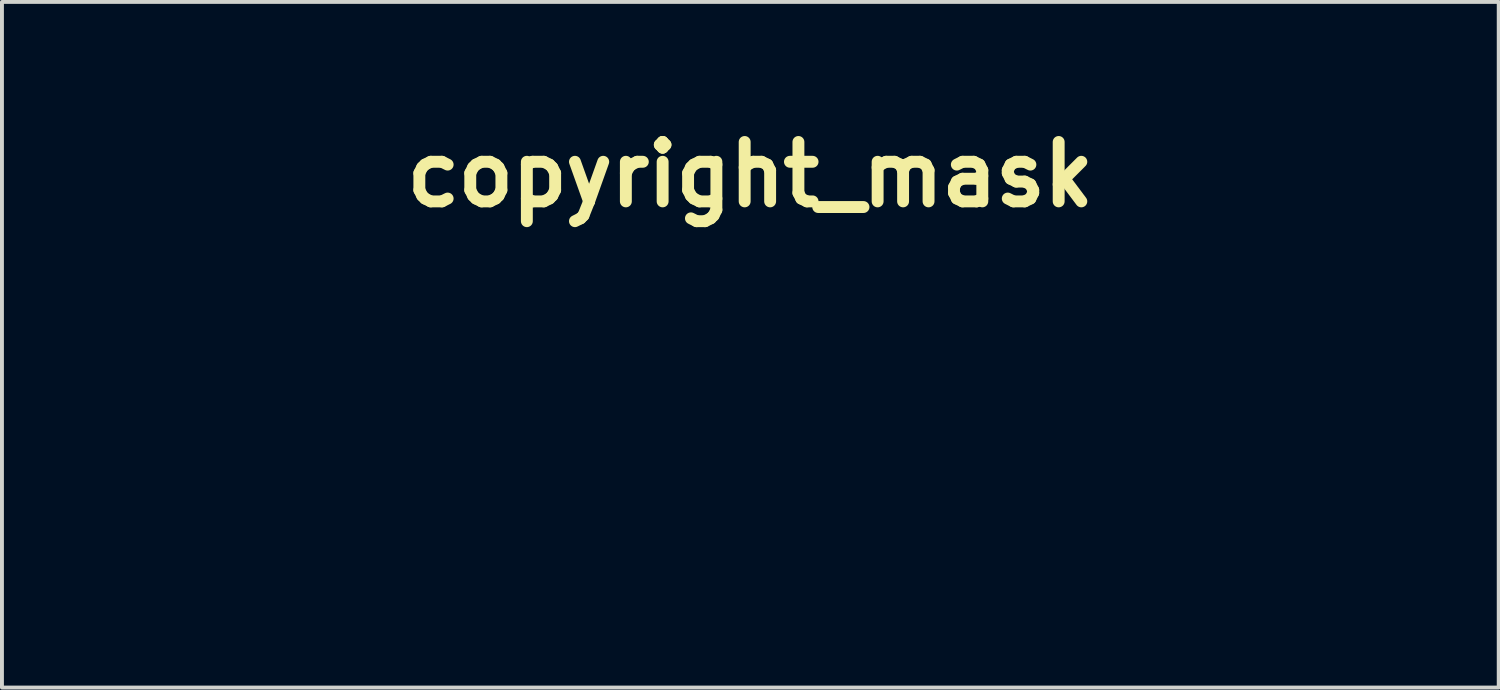
<source format=kicad_pcb>
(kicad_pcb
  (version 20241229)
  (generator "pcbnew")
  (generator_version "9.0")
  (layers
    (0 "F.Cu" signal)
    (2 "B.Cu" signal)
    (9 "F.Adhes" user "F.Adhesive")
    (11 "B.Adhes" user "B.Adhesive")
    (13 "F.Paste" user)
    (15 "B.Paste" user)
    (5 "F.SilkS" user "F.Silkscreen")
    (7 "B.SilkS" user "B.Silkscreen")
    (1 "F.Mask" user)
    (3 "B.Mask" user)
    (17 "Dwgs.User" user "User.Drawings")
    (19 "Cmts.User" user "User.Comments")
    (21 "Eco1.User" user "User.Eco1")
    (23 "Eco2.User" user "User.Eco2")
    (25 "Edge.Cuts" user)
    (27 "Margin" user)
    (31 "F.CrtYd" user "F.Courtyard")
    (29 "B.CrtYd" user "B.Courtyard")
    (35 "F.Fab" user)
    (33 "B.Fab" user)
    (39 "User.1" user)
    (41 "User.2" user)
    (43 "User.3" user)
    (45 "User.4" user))
  (footprint "copyright_mask"
    (layer "F.Cu")
    (at 16.199 8.007)
    (property "Reference" "copyright_mask" (at 0 -6.58 0) (layer "F.SilkS") (effects (font (size 1.524 1.524) (thickness 0.305))))
    (attr smd)
    (fp_line (start -16.149 -3.532) (end 16.149 -3.532) (stroke (width 0.1) (type solid)) (layer "F.Mask"))
    (fp_line (start -16.149 3.532) (end -16.149 -3.532) (stroke (width 0.1) (type solid)) (layer "F.Mask"))
    (fp_line (start 16.149 -3.532) (end 16.149 3.532) (stroke (width 0.1) (type solid)) (layer "F.Mask"))
    (fp_line (start 16.149 3.532) (end -16.149 3.532) (stroke (width 0.1) (type solid)) (layer "F.Mask"))
    (fp_poly (pts (xy -8.068 0.588) (xy -7.892 0.588) (xy -8.43 2.327) (xy -8.606 2.327) (xy -8.068 0.588)) (stroke (width 0.07) (type solid)) (fill yes) (layer "F.Mask"))
    (fp_poly (pts (xy -7.353 0.588) (xy -7.177 0.588) (xy -7.715 2.327) (xy -7.89 2.327) (xy -7.353 0.588)) (stroke (width 0.07) (type solid)) (fill yes) (layer "F.Mask"))
    (fp_poly (pts (xy 6.504 1.869) (xy 6.722 1.869) (xy 6.722 2.131) (xy 6.504 2.131) (xy 6.504 1.869)) (stroke (width 0.07) (type solid)) (fill yes) (layer "F.Mask"))
    (fp_poly (pts (xy 0.102 0.973) (xy 0.303 0.973) (xy 0.665 1.945) (xy 1.027 0.973) (xy 1.228 0.973) (xy 0.794 2.131) (xy 0.536 2.131) (xy 0.102 0.973)) (stroke (width 0.07) (type solid)) (fill yes) (layer "F.Mask"))
    (fp_poly (pts (xy -14.117 -2.121) (xy -14.323 -1.651) (xy -14.39 -1.179) (xy -14.323 -0.706) (xy -14.117 -0.236) (xy -14.283 -0.236) (xy -14.515 -0.713) (xy -14.592 -1.179) (xy -14.515 -1.643) (xy -14.283 -2.121) (xy -14.117 -2.121)) (stroke (width 0.07) (type solid)) (fill yes) (layer "F.Mask"))
    (fp_poly (pts (xy -12.612 -2.121) (xy -12.446 -2.121) (xy -12.215 -1.643) (xy -12.137 -1.179) (xy -12.215 -0.713) (xy -12.446 -0.236) (xy -12.612 -0.236) (xy -12.407 -0.706) (xy -12.339 -1.179) (xy -12.407 -1.651) (xy -12.612 -2.121)) (stroke (width 0.07) (type solid)) (fill yes) (layer "F.Mask"))
    (fp_poly (pts (xy -9.073 1.869) (xy -8.855 1.562) (xy -9.073 1.562) (xy -9.073 1.299) (xy -8.855 1.299) (xy -8.855 1.562) (xy -9.073 1.869) (xy -8.855 1.869) (xy -8.855 2.131) (xy -9.073 2.131) (xy -9.073 1.869)) (stroke (width 0.07) (type solid)) (fill yes) (layer "F.Mask"))
    (fp_poly (pts (xy -5.682 -2.058) (xy -5.473 -2.058) (xy -5.473 -0.622) (xy -5.579 -0.217) (xy -5.919 -0.091) (xy -5.999 -0.091) (xy -5.999 -0.267) (xy -5.934 -0.267) (xy -5.739 -0.344) (xy -5.682 -0.622) (xy -5.682 -2.058)) (stroke (width 0.07) (type solid)) (fill yes) (layer "F.Mask"))
    (fp_poly (pts (xy -1.692 0.973) (xy -1.692 1.68) (xy -1.502 1.68) (xy -1.502 1.921) (xy -1.692 1.921) (xy -1.692 1.68) (xy -1.692 0.973) (xy -1.502 0.973) (xy -1.502 2.131) (xy -1.692 2.131) (xy -1.692 0.973)) (stroke (width 0.07) (type solid)) (fill yes) (layer "F.Mask"))
    (fp_poly (pts (xy 4.645 -2.058) (xy 4.854 -2.058) (xy 4.854 -1.425) (xy 5.613 -1.425) (xy 5.613 -2.058) (xy 5.821 -2.058) (xy 5.821 -0.515) (xy 5.613 -0.515) (xy 5.613 -1.25) (xy 4.854 -1.25) (xy 4.854 -0.515) (xy 4.645 -0.515) (xy 4.645 -2.058)) (stroke (width 0.07) (type solid)) (fill yes) (layer "F.Mask"))
    (fp_poly (pts (xy 3.464 1.151) (xy 3.394 1.124) (xy 3.311 1.115) (xy 3.063 1.221) (xy 2.977 1.521) (xy 2.977 2.131) (xy 2.786 2.131) (xy 2.786 0.973) (xy 2.977 0.973) (xy 2.977 1.153) (xy 3.133 0.997) (xy 3.367 0.946) (xy 3.41 0.949) (xy 3.463 0.956) (xy 3.464 1.151)) (stroke (width 0.07) (type solid)) (fill yes) (layer "F.Mask"))
    (fp_poly (pts (xy 6.469 1.151) (xy 6.399 1.124) (xy 6.316 1.115) (xy 6.068 1.221) (xy 5.983 1.521) (xy 5.983 2.131) (xy 5.791 2.131) (xy 5.791 0.973) (xy 5.983 0.973) (xy 5.983 1.153) (xy 6.139 0.997) (xy 6.372 0.946) (xy 6.416 0.949) (xy 6.468 0.956) (xy 6.469 1.151)) (stroke (width 0.07) (type solid)) (fill yes) (layer "F.Mask"))
    (fp_poly (pts (xy 9.115 1.151) (xy 9.045 1.124) (xy 8.962 1.115) (xy 8.714 1.221) (xy 8.628 1.521) (xy 8.628 2.131) (xy 8.437 2.131) (xy 8.437 0.973) (xy 8.628 0.973) (xy 8.628 1.153) (xy 8.785 0.997) (xy 9.018 0.946) (xy 9.062 0.949) (xy 9.114 0.956) (xy 9.115 1.151)) (stroke (width 0.07) (type solid)) (fill yes) (layer "F.Mask"))
    (fp_poly (pts (xy 13.535 -1.495) (xy 13.464 -1.521) (xy 13.382 -1.531) (xy 13.134 -1.425) (xy 13.048 -1.125) (xy 13.048 -0.515) (xy 12.857 -0.515) (xy 12.857 -1.672) (xy 13.048 -1.672) (xy 13.048 -1.493) (xy 13.204 -1.649) (xy 13.437 -1.7) (xy 13.481 -1.697) (xy 13.534 -1.69) (xy 13.535 -1.495)) (stroke (width 0.07) (type solid)) (fill yes) (layer "F.Mask"))
    (fp_poly (pts (xy -13.612 1.432) (xy -13.612 2.131) (xy -13.802 2.131) (xy -13.802 1.439) (xy -13.866 1.193) (xy -14.059 1.111) (xy -14.301 1.209) (xy -14.39 1.477) (xy -14.39 2.131) (xy -14.581 2.131) (xy -14.581 0.523) (xy -14.39 0.523) (xy -14.39 1.153) (xy -14.23 0.997) (xy -14.016 0.946) (xy -13.714 1.07) (xy -13.612 1.432) (xy -13.612 1.432)) (stroke (width 0.07) (type solid)) (fill yes) (layer "F.Mask"))
    (fp_poly (pts (xy -2.81 -1.213) (xy -2.81 -0.515) (xy -3 -0.515) (xy -3 -1.207) (xy -3.064 -1.453) (xy -3.256 -1.535) (xy -3.499 -1.437) (xy -3.588 -1.169) (xy -3.588 -0.515) (xy -3.779 -0.515) (xy -3.779 -2.123) (xy -3.588 -2.123) (xy -3.588 -1.493) (xy -3.428 -1.649) (xy -3.214 -1.7) (xy -2.912 -1.576) (xy -2.81 -1.213) (xy -2.81 -1.213)) (stroke (width 0.07) (type solid)) (fill yes) (layer "F.Mask"))
    (fp_poly (pts (xy -2.074 1.432) (xy -2.074 2.131) (xy -2.264 2.131) (xy -2.264 1.439) (xy -2.328 1.193) (xy -2.52 1.111) (xy -2.763 1.209) (xy -2.852 1.477) (xy -2.852 2.131) (xy -3.043 2.131) (xy -3.043 0.973) (xy -2.852 0.973) (xy -2.852 1.153) (xy -2.692 0.997) (xy -2.478 0.946) (xy -2.176 1.07) (xy -2.074 1.432) (xy -2.074 1.432)) (stroke (width 0.07) (type solid)) (fill yes) (layer "F.Mask"))
    (fp_poly (pts (xy -0.168 -1.213) (xy -0.168 -0.515) (xy -0.358 -0.515) (xy -0.358 -1.207) (xy -0.422 -1.453) (xy -0.614 -1.535) (xy -0.857 -1.437) (xy -0.946 -1.169) (xy -0.946 -0.515) (xy -1.137 -0.515) (xy -1.137 -1.672) (xy -0.946 -1.672) (xy -0.946 -1.493) (xy -0.786 -1.649) (xy -0.572 -1.7) (xy -0.27 -1.576) (xy -0.168 -1.213) (xy -0.168 -1.213)) (stroke (width 0.07) (type solid)) (fill yes) (layer "F.Mask"))
    (fp_poly (pts (xy -0.143 1.432) (xy -0.143 2.131) (xy -0.333 2.131) (xy -0.333 1.439) (xy -0.397 1.193) (xy -0.59 1.111) (xy -0.832 1.209) (xy -0.921 1.477) (xy -0.921 2.131) (xy -1.113 2.131) (xy -1.113 0.973) (xy -0.921 0.973) (xy -0.921 1.153) (xy -0.761 0.997) (xy -0.547 0.946) (xy -0.245 1.07) (xy -0.143 1.432) (xy -0.143 1.432)) (stroke (width 0.07) (type solid)) (fill yes) (layer "F.Mask"))
    (fp_poly (pts (xy 1.176 -1.213) (xy 1.176 -0.515) (xy 0.986 -0.515) (xy 0.986 -1.207) (xy 0.921 -1.453) (xy 0.729 -1.535) (xy 0.486 -1.437) (xy 0.397 -1.169) (xy 0.397 -0.515) (xy 0.206 -0.515) (xy 0.206 -1.672) (xy 0.397 -1.672) (xy 0.397 -1.493) (xy 0.558 -1.649) (xy 0.772 -1.7) (xy 1.073 -1.576) (xy 1.176 -1.213) (xy 1.176 -1.213)) (stroke (width 0.07) (type solid)) (fill yes) (layer "F.Mask"))
    (fp_poly (pts (xy 6.209 -0.972) (xy 6.209 -1.672) (xy 6.399 -1.672) (xy 6.399 -0.979) (xy 6.463 -0.732) (xy 6.655 -0.65) (xy 6.898 -0.748) (xy 6.988 -1.016) (xy 6.988 -1.672) (xy 7.178 -1.672) (xy 7.178 -0.515) (xy 6.988 -0.515) (xy 6.988 -0.693) (xy 6.827 -0.535) (xy 6.615 -0.485) (xy 6.312 -0.609) (xy 6.209 -0.972) (xy 6.209 -0.972)) (stroke (width 0.07) (type solid)) (fill yes) (layer "F.Mask"))
    (fp_poly (pts (xy 11.18 -1.213) (xy 11.18 -0.515) (xy 10.99 -0.515) (xy 10.99 -1.207) (xy 10.926 -1.453) (xy 10.734 -1.535) (xy 10.491 -1.437) (xy 10.402 -1.169) (xy 10.402 -0.515) (xy 10.211 -0.515) (xy 10.211 -1.672) (xy 10.402 -1.672) (xy 10.402 -1.493) (xy 10.562 -1.649) (xy 10.776 -1.7) (xy 11.078 -1.576) (xy 11.18 -1.213) (xy 11.18 -1.213)) (stroke (width 0.07) (type solid)) (fill yes) (layer "F.Mask"))
    (fp_poly (pts (xy -13.043 0.645) (xy -13.043 0.973) (xy -12.651 0.973) (xy -12.651 1.121) (xy -13.043 1.121) (xy -13.043 1.75) (xy -13.004 1.932) (xy -12.846 1.972) (xy -12.651 1.972) (xy -12.651 2.131) (xy -12.846 2.131) (xy -13.15 2.049) (xy -13.234 1.75) (xy -13.234 1.121) (xy -13.373 1.121) (xy -13.373 0.973) (xy -13.234 0.973) (xy -13.234 0.645) (xy -13.043 0.645)) (stroke (width 0.07) (type solid)) (fill yes) (layer "F.Mask"))
    (fp_poly (pts (xy -12.212 0.645) (xy -12.212 0.973) (xy -11.82 0.973) (xy -11.82 1.121) (xy -12.212 1.121) (xy -12.212 1.75) (xy -12.173 1.932) (xy -12.015 1.972) (xy -11.82 1.972) (xy -11.82 2.131) (xy -12.015 2.131) (xy -12.319 2.049) (xy -12.403 1.75) (xy -12.403 1.121) (xy -12.542 1.121) (xy -12.542 0.973) (xy -12.403 0.973) (xy -12.403 0.645) (xy -12.212 0.645)) (stroke (width 0.07) (type solid)) (fill yes) (layer "F.Mask"))
    (fp_poly (pts (xy -9.934 -1.92) (xy -9.934 -2.086) (xy -9.538 -1.88) (xy -9.4 -1.285) (xy -9.538 -0.689) (xy -9.934 -0.485) (xy -10.331 -0.689) (xy -10.467 -1.285) (xy -10.331 -1.88) (xy -9.934 -2.086) (xy -9.934 -1.92) (xy -10.177 -1.761) (xy -10.257 -1.285) (xy -10.177 -0.808) (xy -9.934 -0.65) (xy -9.691 -0.808) (xy -9.609 -1.285) (xy -9.691 -1.761) (xy -9.934 -1.92)) (stroke (width 0.07) (type solid)) (fill yes) (layer "F.Mask"))
    (fp_poly (pts (xy -7.238 -1.92) (xy -7.238 -2.086) (xy -6.842 -1.88) (xy -6.705 -1.285) (xy -6.842 -0.689) (xy -7.238 -0.485) (xy -7.635 -0.689) (xy -7.772 -1.285) (xy -7.635 -1.88) (xy -7.238 -2.086) (xy -7.238 -1.92) (xy -7.481 -1.761) (xy -7.562 -1.285) (xy -7.481 -0.808) (xy -7.238 -0.65) (xy -6.995 -0.808) (xy -6.914 -1.285) (xy -6.995 -1.761) (xy -7.238 -1.92)) (stroke (width 0.07) (type solid)) (fill yes) (layer "F.Mask"))
    (fp_poly (pts (xy 3.854 0.645) (xy 3.854 0.973) (xy 4.245 0.973) (xy 4.245 1.121) (xy 3.854 1.121) (xy 3.854 1.75) (xy 3.892 1.932) (xy 4.05 1.972) (xy 4.245 1.972) (xy 4.245 2.131) (xy 4.05 2.131) (xy 3.746 2.049) (xy 3.662 1.75) (xy 3.662 1.121) (xy 3.523 1.121) (xy 3.523 0.973) (xy 3.662 0.973) (xy 3.662 0.645) (xy 3.854 0.645)) (stroke (width 0.07) (type solid)) (fill yes) (layer "F.Mask"))
    (fp_poly (pts (xy -12.914 -1.628) (xy -12.914 -1.45) (xy -13.077 -1.516) (xy -13.24 -1.539) (xy -13.527 -1.421) (xy -13.63 -1.093) (xy -13.527 -0.763) (xy -13.24 -0.646) (xy -13.077 -0.668) (xy -12.914 -0.735) (xy -12.914 -0.559) (xy -13.08 -0.503) (xy -13.261 -0.485) (xy -13.676 -0.649) (xy -13.83 -1.093) (xy -13.675 -1.538) (xy -13.248 -1.7) (xy -13.077 -1.682) (xy -12.914 -1.628) (xy -12.914 -1.628)) (stroke (width 0.07) (type solid)) (fill yes) (layer "F.Mask"))
    (fp_poly (pts (xy -6.527 1.107) (xy -6.527 0.946) (xy -6.138 1.107) (xy -5.996 1.553) (xy -6.138 2) (xy -6.527 2.161) (xy -6.918 2) (xy -7.058 1.553) (xy -6.918 1.107) (xy -6.527 0.946) (xy -6.527 1.107) (xy -6.769 1.227) (xy -6.858 1.553) (xy -6.77 1.881) (xy -6.527 2) (xy -6.286 1.88) (xy -6.197 1.553) (xy -6.286 1.228) (xy -6.527 1.107) (xy -6.527 1.107)) (stroke (width 0.07) (type solid)) (fill yes) (layer "F.Mask"))
    (fp_poly (pts (xy -4.617 -1.539) (xy -4.617 -1.7) (xy -4.228 -1.539) (xy -4.086 -1.093) (xy -4.228 -0.646) (xy -4.617 -0.485) (xy -5.008 -0.646) (xy -5.148 -1.093) (xy -5.008 -1.539) (xy -4.617 -1.7) (xy -4.617 -1.539) (xy -4.859 -1.419) (xy -4.948 -1.093) (xy -4.86 -0.765) (xy -4.617 -0.646) (xy -4.376 -0.766) (xy -4.288 -1.093) (xy -4.376 -1.418) (xy -4.617 -1.539) (xy -4.617 -1.539)) (stroke (width 0.07) (type solid)) (fill yes) (layer "F.Mask"))
    (fp_poly (pts (xy 7.599 1.107) (xy 7.599 0.946) (xy 7.989 1.107) (xy 8.13 1.553) (xy 7.989 2) (xy 7.599 2.161) (xy 7.208 2) (xy 7.068 1.553) (xy 7.208 1.107) (xy 7.599 0.946) (xy 7.599 1.107) (xy 7.357 1.227) (xy 7.268 1.553) (xy 7.356 1.881) (xy 7.599 2) (xy 7.84 1.88) (xy 7.929 1.553) (xy 7.84 1.228) (xy 7.599 1.107) (xy 7.599 1.107)) (stroke (width 0.07) (type solid)) (fill yes) (layer "F.Mask"))
    (fp_poly (pts (xy -11.548 -0.69) (xy -10.819 -0.69) (xy -10.819 -0.515) (xy -11.799 -0.515) (xy -11.799 -0.69) (xy -11.476 -1.02) (xy -11.217 -1.288) (xy -11.078 -1.478) (xy -11.037 -1.632) (xy -11.124 -1.833) (xy -11.349 -1.91) (xy -11.556 -1.876) (xy -11.789 -1.773) (xy -11.789 -1.983) (xy -11.553 -2.06) (xy -11.353 -2.086) (xy -10.97 -1.966) (xy -10.828 -1.645) (xy -10.864 -1.465) (xy -10.993 -1.264) (xy -11.157 -1.09) (xy -11.548 -0.69) (xy -11.548 -0.69)) (stroke (width 0.07) (type solid)) (fill yes) (layer "F.Mask"))
    (fp_poly (pts (xy -8.853 -0.69) (xy -8.124 -0.69) (xy -8.124 -0.515) (xy -9.104 -0.515) (xy -9.104 -0.69) (xy -8.78 -1.02) (xy -8.522 -1.288) (xy -8.382 -1.478) (xy -8.342 -1.632) (xy -8.429 -1.833) (xy -8.653 -1.91) (xy -8.861 -1.876) (xy -9.093 -1.773) (xy -9.093 -1.983) (xy -8.858 -2.06) (xy -8.657 -2.086) (xy -8.275 -1.966) (xy -8.132 -1.645) (xy -8.168 -1.465) (xy -8.298 -1.264) (xy -8.462 -1.09) (xy -8.853 -0.69) (xy -8.853 -0.69)) (stroke (width 0.07) (type solid)) (fill yes) (layer "F.Mask"))
    (fp_poly (pts (xy -3.348 1.505) (xy -3.538 1.449) (xy -3.626 1.2) (xy -3.851 1.107) (xy -4.107 1.197) (xy -4.216 1.45) (xy -3.538 1.449) (xy -3.348 1.505) (xy -3.348 1.598) (xy -4.222 1.598) (xy -4.105 1.897) (xy -3.809 2) (xy -3.597 1.973) (xy -3.392 1.892) (xy -3.392 2.072) (xy -3.602 2.138) (xy -3.82 2.161) (xy -4.26 2) (xy -4.421 1.564) (xy -4.268 1.113) (xy -3.853 0.946) (xy -3.484 1.096) (xy -3.348 1.505) (xy -3.348 1.505)) (stroke (width 0.07) (type solid)) (fill yes) (layer "F.Mask"))
    (fp_poly (pts (xy 2.481 1.505) (xy 2.291 1.449) (xy 2.203 1.2) (xy 1.978 1.107) (xy 1.722 1.197) (xy 1.613 1.45) (xy 2.291 1.449) (xy 2.481 1.505) (xy 2.481 1.598) (xy 1.607 1.598) (xy 1.725 1.897) (xy 2.02 2) (xy 2.232 1.973) (xy 2.437 1.892) (xy 2.437 2.072) (xy 2.227 2.138) (xy 2.009 2.161) (xy 1.569 2) (xy 1.408 1.564) (xy 1.561 1.113) (xy 1.976 0.946) (xy 2.345 1.096) (xy 2.481 1.505) (xy 2.481 1.505)) (stroke (width 0.07) (type solid)) (fill yes) (layer "F.Mask"))
    (fp_poly (pts (xy 2.547 -1.141) (xy 2.547 -1.048) (xy 2.357 -1.197) (xy 2.269 -1.446) (xy 2.044 -1.539) (xy 1.789 -1.449) (xy 1.679 -1.196) (xy 2.357 -1.197) (xy 2.547 -1.048) (xy 1.673 -1.048) (xy 1.791 -0.748) (xy 2.086 -0.646) (xy 2.298 -0.673) (xy 2.503 -0.754) (xy 2.503 -0.574) (xy 2.293 -0.508) (xy 2.075 -0.485) (xy 1.636 -0.646) (xy 1.474 -1.082) (xy 1.627 -1.533) (xy 2.042 -1.7) (xy 2.411 -1.549) (xy 2.547 -1.141) (xy 2.547 -1.141)) (stroke (width 0.07) (type solid)) (fill yes) (layer "F.Mask"))
    (fp_poly (pts (xy 5.487 1.505) (xy 5.296 1.449) (xy 5.209 1.2) (xy 4.983 1.107) (xy 4.728 1.197) (xy 4.618 1.45) (xy 5.296 1.449) (xy 5.487 1.505) (xy 5.487 1.598) (xy 4.612 1.598) (xy 4.73 1.897) (xy 5.026 2) (xy 5.237 1.973) (xy 5.442 1.892) (xy 5.442 2.072) (xy 5.232 2.138) (xy 5.014 2.161) (xy 4.575 2) (xy 4.414 1.564) (xy 4.567 1.113) (xy 4.981 0.946) (xy 5.35 1.096) (xy 5.487 1.505) (xy 5.487 1.505)) (stroke (width 0.07) (type solid)) (fill yes) (layer "F.Mask"))
    (fp_poly (pts (xy 8.562 -1.141) (xy 8.562 -1.048) (xy 8.372 -1.197) (xy 8.284 -1.446) (xy 8.059 -1.539) (xy 7.804 -1.449) (xy 7.694 -1.196) (xy 8.372 -1.197) (xy 8.562 -1.048) (xy 7.688 -1.048) (xy 7.806 -0.748) (xy 8.101 -0.646) (xy 8.313 -0.673) (xy 8.518 -0.754) (xy 8.518 -0.574) (xy 8.308 -0.508) (xy 8.09 -0.485) (xy 7.651 -0.646) (xy 7.49 -1.082) (xy 7.642 -1.533) (xy 8.057 -1.7) (xy 8.426 -1.549) (xy 8.562 -1.141) (xy 8.562 -1.141)) (stroke (width 0.07) (type solid)) (fill yes) (layer "F.Mask"))
    (fp_poly (pts (xy 9.705 -1.093) (xy 9.771 -1.533) (xy 9.903 -1.093) (xy 9.771 -0.652) (xy 9.428 -0.485) (xy 9.209 -0.534) (xy 9.058 -0.688) (xy 9.058 -0.515) (xy 8.867 -0.515) (xy 8.867 -2.123) (xy 9.058 -2.123) (xy 9.058 -1.497) (xy 9.209 -1.65) (xy 9.428 -1.7) (xy 9.771 -1.533) (xy 9.705 -1.093) (xy 9.619 -1.421) (xy 9.382 -1.541) (xy 9.144 -1.421) (xy 9.058 -1.093) (xy 9.144 -0.763) (xy 9.382 -0.644) (xy 9.619 -0.763) (xy 9.705 -1.093)) (stroke (width 0.07) (type solid)) (fill yes) (layer "F.Mask"))
    (fp_poly (pts (xy 12.552 -1.141) (xy 12.552 -1.048) (xy 12.362 -1.197) (xy 12.274 -1.446) (xy 12.048 -1.539) (xy 11.793 -1.449) (xy 11.684 -1.196) (xy 12.362 -1.197) (xy 12.552 -1.048) (xy 11.677 -1.048) (xy 11.795 -0.748) (xy 12.091 -0.646) (xy 12.303 -0.673) (xy 12.507 -0.754) (xy 12.507 -0.574) (xy 12.298 -0.508) (xy 12.079 -0.485) (xy 11.64 -0.646) (xy 11.479 -1.082) (xy 11.632 -1.533) (xy 12.046 -1.7) (xy 12.415 -1.549) (xy 12.552 -1.141) (xy 12.552 -1.141)) (stroke (width 0.07) (type solid)) (fill yes) (layer "F.Mask"))
    (fp_poly (pts (xy -11.385 1.957) (xy -11.385 1.553) (xy -11.299 1.883) (xy -11.061 2.002) (xy -10.825 1.883) (xy -10.738 1.553) (xy -10.825 1.225) (xy -11.061 1.105) (xy -11.299 1.225) (xy -11.385 1.553) (xy -11.385 1.957) (xy -11.385 2.571) (xy -11.576 2.571) (xy -11.576 0.973) (xy -11.385 0.973) (xy -11.385 1.149) (xy -11.234 0.996) (xy -11.015 0.946) (xy -10.673 1.113) (xy -10.54 1.553) (xy -10.673 1.994) (xy -11.015 2.161) (xy -11.234 2.111) (xy -11.385 1.957) (xy -11.385 1.957)) (stroke (width 0.07) (type solid)) (fill yes) (layer "F.Mask"))
    (fp_poly (pts (xy -5.498 1.957) (xy -5.498 1.553) (xy -5.412 1.883) (xy -5.174 2.002) (xy -4.938 1.883) (xy -4.851 1.553) (xy -4.938 1.225) (xy -5.174 1.105) (xy -5.412 1.225) (xy -5.498 1.553) (xy -5.498 1.957) (xy -5.498 2.571) (xy -5.689 2.571) (xy -5.689 0.973) (xy -5.498 0.973) (xy -5.498 1.149) (xy -5.347 0.996) (xy -5.128 0.946) (xy -4.786 1.113) (xy -4.653 1.553) (xy -4.786 1.994) (xy -5.128 2.161) (xy -5.347 2.111) (xy -5.498 1.957) (xy -5.498 1.957)) (stroke (width 0.07) (type solid)) (fill yes) (layer "F.Mask"))
    (fp_poly (pts (xy -9.487 1.008) (xy -9.487 1.187) (xy -9.655 1.125) (xy -9.834 1.105) (xy -10.047 1.148) (xy -10.118 1.278) (xy -10.067 1.383) (xy -9.863 1.454) (xy -9.798 1.469) (xy -9.511 1.592) (xy -9.425 1.812) (xy -9.553 2.067) (xy -9.904 2.161) (xy -10.098 2.142) (xy -10.31 2.089) (xy -10.31 1.892) (xy -10.102 1.975) (xy -9.9 2.002) (xy -9.693 1.956) (xy -9.621 1.826) (xy -9.673 1.707) (xy -9.902 1.628) (xy -9.968 1.612) (xy -10.223 1.499) (xy -10.302 1.287) (xy -10.186 1.034) (xy -9.857 0.946) (xy -9.659 0.961) (xy -9.487 1.008) (xy -9.487 1.008)) (stroke (width 0.07) (type solid)) (fill yes) (layer "F.Mask"))
    (fp_poly (pts (xy 3.597 -1.638) (xy 3.597 -1.458) (xy 3.43 -1.52) (xy 3.25 -1.541) (xy 3.037 -1.498) (xy 2.967 -1.367) (xy 3.017 -1.263) (xy 3.221 -1.192) (xy 3.286 -1.177) (xy 3.573 -1.054) (xy 3.659 -0.834) (xy 3.531 -0.579) (xy 3.181 -0.485) (xy 2.986 -0.503) (xy 2.775 -0.557) (xy 2.775 -0.754) (xy 2.982 -0.671) (xy 3.185 -0.644) (xy 3.392 -0.689) (xy 3.464 -0.82) (xy 3.411 -0.939) (xy 3.183 -1.018) (xy 3.117 -1.034) (xy 2.861 -1.147) (xy 2.783 -1.359) (xy 2.899 -1.611) (xy 3.227 -1.7) (xy 3.426 -1.685) (xy 3.597 -1.638) (xy 3.597 -1.638)) (stroke (width 0.07) (type solid)) (fill yes) (layer "F.Mask"))
    (fp_poly (pts (xy -1.902 -1.097) (xy -1.334 -1.175) (xy -1.334 -0.515) (xy -1.524 -0.515) (xy -1.524 -0.69) (xy -1.686 -0.534) (xy -1.924 -0.485) (xy -2.207 -0.584) (xy -2.311 -0.852) (xy -2.181 -1.146) (xy -1.791 -1.245) (xy -1.524 -1.245) (xy -1.524 -1.264) (xy -1.611 -1.467) (xy -1.853 -1.539) (xy -2.046 -1.515) (xy -2.227 -1.444) (xy -2.227 -1.62) (xy -2.024 -1.68) (xy -1.833 -1.7) (xy -1.458 -1.57) (xy -1.334 -1.175) (xy -1.334 -1.175) (xy -1.902 -1.097) (xy -2.222 -1.044) (xy -2.31 -0.864) (xy -2.244 -0.703) (xy -2.062 -0.644) (xy -1.809 -0.756) (xy -1.713 -1.054) (xy -1.713 -1.097) (xy -1.902 -1.097)) (stroke (width 0.07) (type solid)) (fill yes) (layer "F.Mask"))
    (fp_poly (pts (xy 10.041 1.539) (xy 10.231 1.987) (xy 10.1 2.427) (xy 9.698 2.571) (xy 9.509 2.556) (xy 9.336 2.51) (xy 9.336 2.325) (xy 9.502 2.393) (xy 9.668 2.414) (xy 9.948 2.316) (xy 10.041 2.022) (xy 10.041 1.927) (xy 9.89 2.08) (xy 9.67 2.131) (xy 9.327 1.969) (xy 9.197 1.539) (xy 9.327 1.108) (xy 9.67 0.946) (xy 9.89 0.996) (xy 10.041 1.149) (xy 10.041 0.973) (xy 10.231 0.973) (xy 10.231 1.987) (xy 10.041 1.539) (xy 9.956 1.218) (xy 9.717 1.105) (xy 9.478 1.218) (xy 9.393 1.539) (xy 9.478 1.858) (xy 9.717 1.972) (xy 9.956 1.858) (xy 10.041 1.539)) (stroke (width 0.07) (type solid)) (fill yes) (layer "F.Mask")))
  (gr_rect
    (start -3 -3)
    (end 35.398 14.589)
    (stroke (width 0.1) (type default))
    (fill no)
    (layer "Edge.Cuts")))
</source>
